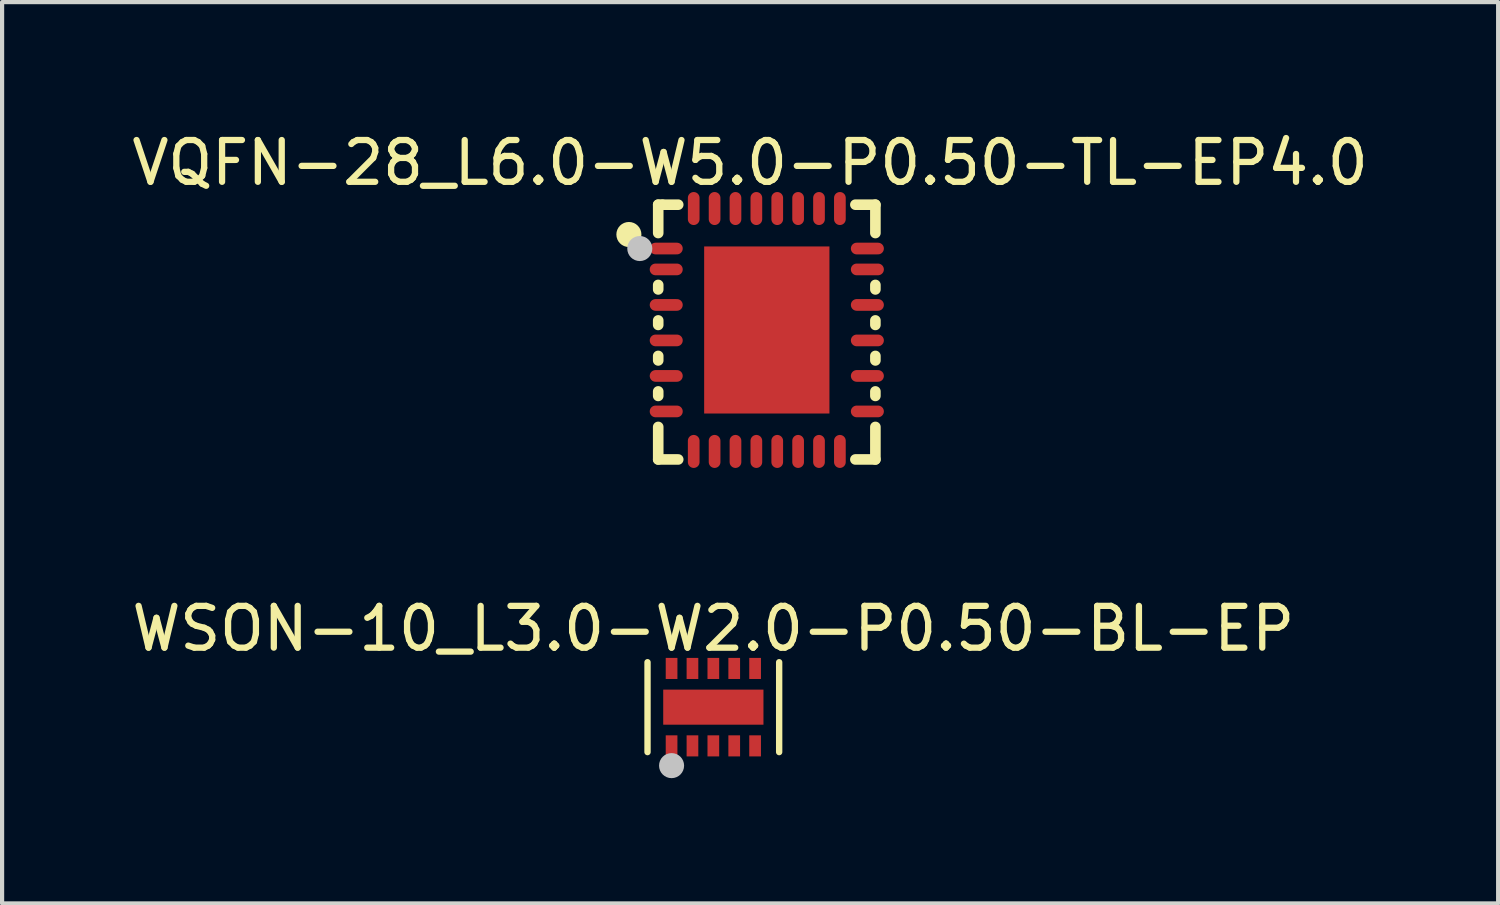
<source format=kicad_pcb>
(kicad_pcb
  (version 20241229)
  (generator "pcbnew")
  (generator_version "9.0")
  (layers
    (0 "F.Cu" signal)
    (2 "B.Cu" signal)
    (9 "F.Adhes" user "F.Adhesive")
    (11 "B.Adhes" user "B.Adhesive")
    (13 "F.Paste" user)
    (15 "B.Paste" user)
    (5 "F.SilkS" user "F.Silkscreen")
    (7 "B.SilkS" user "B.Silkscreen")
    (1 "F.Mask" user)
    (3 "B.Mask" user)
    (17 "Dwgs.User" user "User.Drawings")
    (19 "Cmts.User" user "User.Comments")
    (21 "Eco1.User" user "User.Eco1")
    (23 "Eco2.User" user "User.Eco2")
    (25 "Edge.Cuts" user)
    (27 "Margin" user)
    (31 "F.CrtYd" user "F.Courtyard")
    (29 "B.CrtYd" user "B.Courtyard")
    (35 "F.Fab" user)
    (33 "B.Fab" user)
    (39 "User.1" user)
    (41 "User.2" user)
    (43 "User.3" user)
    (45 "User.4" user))
  (footprint "VQFN-28_L6.0-W5.0-P0.50-TL-EP4.0"
    (layer "F.Cu")
    (at 15.31 4.851)
    (property "Reference" "VQFN-28_L6.0-W5.0-P0.50-TL-EP4.0" (at -0.4 -4.003 0) (layer "F.SilkS") (effects (font (size 1 1) (thickness 0.15))))
    (fp_line (start -2.6 -3) (end -2.5 -3) (stroke (width 0.254) (type default)) (layer "F.SilkS"))
    (fp_line (start -2.6 -2.321) (end -2.6 -3) (stroke (width 0.254) (type default)) (layer "F.SilkS"))
    (fp_line (start -2.6 -0.971) (end -2.6 -1.079) (stroke (width 0.254) (type default)) (layer "F.SilkS"))
    (fp_line (start -2.6 -0.121) (end -2.6 -0.229) (stroke (width 0.254) (type default)) (layer "F.SilkS"))
    (fp_line (start -2.6 0.729) (end -2.6 0.621) (stroke (width 0.254) (type default)) (layer "F.SilkS"))
    (fp_line (start -2.6 1.579) (end -2.6 1.471) (stroke (width 0.254) (type default)) (layer "F.SilkS"))
    (fp_line (start -2.6 3.1) (end -2.6 2.321) (stroke (width 0.254) (type default)) (layer "F.SilkS"))
    (fp_line (start -2.5 -3) (end -2.121 -3) (stroke (width 0.254) (type default)) (layer "F.SilkS"))
    (fp_line (start -2.121 3.1) (end -2.6 3.1) (stroke (width 0.254) (type default)) (layer "F.SilkS"))
    (fp_line (start 2.121 -3) (end 2.6 -3) (stroke (width 0.254) (type default)) (layer "F.SilkS"))
    (fp_line (start 2.6 -3) (end 2.6 -2.321) (stroke (width 0.254) (type default)) (layer "F.SilkS"))
    (fp_line (start 2.6 -1.079) (end 2.6 -0.971) (stroke (width 0.254) (type default)) (layer "F.SilkS"))
    (fp_line (start 2.6 -0.229) (end 2.6 -0.121) (stroke (width 0.254) (type default)) (layer "F.SilkS"))
    (fp_line (start 2.6 0.621) (end 2.6 0.729) (stroke (width 0.254) (type default)) (layer "F.SilkS"))
    (fp_line (start 2.6 1.471) (end 2.6 1.579) (stroke (width 0.254) (type default)) (layer "F.SilkS"))
    (fp_line (start 2.6 2.321) (end 2.6 3.1) (stroke (width 0.254) (type default)) (layer "F.SilkS"))
    (fp_line (start 2.6 3.1) (end 2.121 3.1) (stroke (width 0.254) (type default)) (layer "F.SilkS"))
    (fp_circle (center -3.302 -2.286) (end -3.152 -2.286) (stroke (width 0.3) (type default)) (fill no) (layer "F.SilkS"))
    (fp_circle (center -3.041 -1.95) (end -2.891 -1.95) (stroke (width 0.3) (type default)) (fill no) (layer "Dwgs.User"))
    (fp_poly (pts (xy -2.5 -1.825) (xy -2.1 -1.825) (xy -2.1 -2.075) (xy -2.5 -2.075)) (stroke (width 0.1) (type default)) (fill no) (layer "User.1"))
    (fp_poly (pts (xy -2.5 -1.325) (xy -2.1 -1.325) (xy -2.1 -1.575) (xy -2.5 -1.575)) (stroke (width 0.1) (type default)) (fill no) (layer "User.1"))
    (fp_poly (pts (xy -2.5 -0.475) (xy -2.1 -0.475) (xy -2.1 -0.725) (xy -2.5 -0.725)) (stroke (width 0.1) (type default)) (fill no) (layer "User.1"))
    (fp_poly (pts (xy -2.5 0.375) (xy -2.1 0.375) (xy -2.1 0.125) (xy -2.5 0.125)) (stroke (width 0.1) (type default)) (fill no) (layer "User.1"))
    (fp_poly (pts (xy -2.5 1.225) (xy -2.1 1.225) (xy -2.1 0.975) (xy -2.5 0.975)) (stroke (width 0.1) (type default)) (fill no) (layer "User.1"))
    (fp_poly (pts (xy -2.5 2.075) (xy -2.1 2.075) (xy -2.1 1.825) (xy -2.5 1.825)) (stroke (width 0.1) (type default)) (fill no) (layer "User.1"))
    (fp_poly (pts (xy -1.875 -3) (xy -1.625 -3) (xy -1.625 -2.6) (xy -1.875 -2.6)) (stroke (width 0.1) (type default)) (fill no) (layer "User.1"))
    (fp_poly (pts (xy -1.875 3) (xy -1.625 3) (xy -1.625 2.6) (xy -1.875 2.6)) (stroke (width 0.1) (type default)) (fill no) (layer "User.1"))
    (fp_poly (pts (xy -1.375 -3) (xy -1.125 -3) (xy -1.125 -2.6) (xy -1.375 -2.6)) (stroke (width 0.1) (type default)) (fill no) (layer "User.1"))
    (fp_poly (pts (xy -1.375 3) (xy -1.125 3) (xy -1.125 2.6) (xy -1.375 2.6)) (stroke (width 0.1) (type default)) (fill no) (layer "User.1"))
    (fp_poly (pts (xy -0.875 -3) (xy -0.625 -3) (xy -0.625 -2.6) (xy -0.875 -2.6)) (stroke (width 0.1) (type default)) (fill no) (layer "User.1"))
    (fp_poly (pts (xy -0.875 3) (xy -0.625 3) (xy -0.625 2.6) (xy -0.875 2.6)) (stroke (width 0.1) (type default)) (fill no) (layer "User.1"))
    (fp_poly (pts (xy -0.375 -3) (xy -0.125 -3) (xy -0.125 -2.6) (xy -0.375 -2.6)) (stroke (width 0.1) (type default)) (fill no) (layer "User.1"))
    (fp_poly (pts (xy -0.375 3) (xy -0.125 3) (xy -0.125 2.6) (xy -0.375 2.6)) (stroke (width 0.1) (type default)) (fill no) (layer "User.1"))
    (fp_poly (pts (xy 0.125 -3) (xy 0.375 -3) (xy 0.375 -2.6) (xy 0.125 -2.6)) (stroke (width 0.1) (type default)) (fill no) (layer "User.1"))
    (fp_poly (pts (xy 0.125 3) (xy 0.375 3) (xy 0.375 2.6) (xy 0.125 2.6)) (stroke (width 0.1) (type default)) (fill no) (layer "User.1"))
    (fp_poly (pts (xy 0.625 -3) (xy 0.875 -3) (xy 0.875 -2.6) (xy 0.625 -2.6)) (stroke (width 0.1) (type default)) (fill no) (layer "User.1"))
    (fp_poly (pts (xy 0.625 3) (xy 0.875 3) (xy 0.875 2.6) (xy 0.625 2.6)) (stroke (width 0.1) (type default)) (fill no) (layer "User.1"))
    (fp_poly (pts (xy 1.125 -3) (xy 1.375 -3) (xy 1.375 -2.6) (xy 1.125 -2.6)) (stroke (width 0.1) (type default)) (fill no) (layer "User.1"))
    (fp_poly (pts (xy 1.125 3) (xy 1.375 3) (xy 1.375 2.6) (xy 1.125 2.6)) (stroke (width 0.1) (type default)) (fill no) (layer "User.1"))
    (fp_poly (pts (xy 1.625 -3) (xy 1.875 -3) (xy 1.875 -2.6) (xy 1.625 -2.6)) (stroke (width 0.1) (type default)) (fill no) (layer "User.1"))
    (fp_poly (pts (xy 1.625 3) (xy 1.875 3) (xy 1.875 2.6) (xy 1.625 2.6)) (stroke (width 0.1) (type default)) (fill no) (layer "User.1"))
    (fp_poly (pts (xy 2.5 -2.075) (xy 2.1 -2.075) (xy 2.1 -1.825) (xy 2.5 -1.825)) (stroke (width 0.1) (type default)) (fill no) (layer "User.1"))
    (fp_poly (pts (xy 2.5 -1.575) (xy 2.1 -1.575) (xy 2.1 -1.325) (xy 2.5 -1.325)) (stroke (width 0.1) (type default)) (fill no) (layer "User.1"))
    (fp_poly (pts (xy 2.5 -0.725) (xy 2.1 -0.725) (xy 2.1 -0.475) (xy 2.5 -0.475)) (stroke (width 0.1) (type default)) (fill no) (layer "User.1"))
    (fp_poly (pts (xy 2.5 0.125) (xy 2.1 0.125) (xy 2.1 0.375) (xy 2.5 0.375)) (stroke (width 0.1) (type default)) (fill no) (layer "User.1"))
    (fp_poly (pts (xy 2.5 0.975) (xy 2.1 0.975) (xy 2.1 1.225) (xy 2.5 1.225)) (stroke (width 0.1) (type default)) (fill no) (layer "User.1"))
    (fp_poly (pts (xy 2.5 1.825) (xy 2.1 1.825) (xy 2.1 2.075) (xy 2.5 2.075)) (stroke (width 0.1) (type default)) (fill no) (layer "User.1"))
    (fp_poly (pts (xy -1.2 -2) (xy 1.5 -2) (xy 1.5 2) (xy -1.5 2) (xy -1.5 -1.7)) (stroke (width 0.1) (type default)) (fill no) (layer "User.1"))
    (fp_line (start -2.5 -3) (end -2.5 3) (stroke (width 0.051) (type default)) (layer "User.2"))
    (fp_line (start -2.5 3) (end 2.5 3) (stroke (width 0.051) (type default)) (layer "User.2"))
    (fp_line (start 2.5 -3) (end -2.5 -3) (stroke (width 0.051) (type default)) (layer "User.2"))
    (fp_line (start 2.5 3) (end 2.5 -3) (stroke (width 0.051) (type default)) (layer "User.2"))
    (fp_poly (pts (xy -2.445 -3.023) (xy -2.477 -3.055) (xy -2.523 -3.055) (xy -2.555 -3.023) (xy -2.555 -2.977) (xy -2.523 -2.945) (xy -2.477 -2.945) (xy -2.445 -2.977)) (stroke (width 0.1) (type default)) (fill no) (layer "User.3"))
    (pad "1" smd oval (at -2.408 -1.95) (size 0.79 0.28) (layers "F.Cu" "F.Mask" "F.Paste"))
    (pad "2" smd oval (at -2.408 -1.45) (size 0.79 0.28) (layers "F.Cu" "F.Mask" "F.Paste"))
    (pad "3" smd oval (at -2.408 -0.6) (size 0.79 0.28) (layers "F.Cu" "F.Mask" "F.Paste"))
    (pad "4" smd oval (at -2.408 0.25) (size 0.79 0.28) (layers "F.Cu" "F.Mask" "F.Paste"))
    (pad "5" smd oval (at -2.408 1.1) (size 0.79 0.28) (layers "F.Cu" "F.Mask" "F.Paste"))
    (pad "6" smd oval (at -2.408 1.95) (size 0.79 0.28) (layers "F.Cu" "F.Mask" "F.Paste"))
    (pad "7" smd oval (at -1.75 2.908) (size 0.28 0.79) (layers "F.Cu" "F.Mask" "F.Paste"))
    (pad "8" smd oval (at -1.25 2.908) (size 0.28 0.79) (layers "F.Cu" "F.Mask" "F.Paste"))
    (pad "9" smd oval (at -0.75 2.908) (size 0.28 0.79) (layers "F.Cu" "F.Mask" "F.Paste"))
    (pad "10" smd oval (at -0.25 2.908) (size 0.28 0.79) (layers "F.Cu" "F.Mask" "F.Paste"))
    (pad "11" smd oval (at 0.25 2.908) (size 0.28 0.79) (layers "F.Cu" "F.Mask" "F.Paste"))
    (pad "12" smd oval (at 0.75 2.908) (size 0.28 0.79) (layers "F.Cu" "F.Mask" "F.Paste"))
    (pad "13" smd oval (at 1.25 2.908) (size 0.28 0.79) (layers "F.Cu" "F.Mask" "F.Paste"))
    (pad "14" smd oval (at 1.75 2.908) (size 0.28 0.79) (layers "F.Cu" "F.Mask" "F.Paste"))
    (pad "15" smd oval (at 2.408 1.95) (size 0.79 0.28) (layers "F.Cu" "F.Mask" "F.Paste"))
    (pad "16" smd oval (at 2.408 1.1) (size 0.79 0.28) (layers "F.Cu" "F.Mask" "F.Paste"))
    (pad "17" smd oval (at 2.408 0.25) (size 0.79 0.28) (layers "F.Cu" "F.Mask" "F.Paste"))
    (pad "18" smd oval (at 2.408 -0.6) (size 0.79 0.28) (layers "F.Cu" "F.Mask" "F.Paste"))
    (pad "19" smd oval (at 2.408 -1.45) (size 0.79 0.28) (layers "F.Cu" "F.Mask" "F.Paste"))
    (pad "20" smd oval (at 2.408 -1.95) (size 0.79 0.28) (layers "F.Cu" "F.Mask" "F.Paste"))
    (pad "21" smd oval (at 1.75 -2.908) (size 0.28 0.79) (layers "F.Cu" "F.Mask" "F.Paste"))
    (pad "22" smd oval (at 1.25 -2.908) (size 0.28 0.79) (layers "F.Cu" "F.Mask" "F.Paste"))
    (pad "23" smd oval (at 0.75 -2.908) (size 0.28 0.79) (layers "F.Cu" "F.Mask" "F.Paste"))
    (pad "24" smd oval (at 0.25 -2.908) (size 0.28 0.79) (layers "F.Cu" "F.Mask" "F.Paste"))
    (pad "25" smd oval (at -0.25 -2.908) (size 0.28 0.79) (layers "F.Cu" "F.Mask" "F.Paste"))
    (pad "26" smd oval (at -0.75 -2.908) (size 0.28 0.79) (layers "F.Cu" "F.Mask" "F.Paste"))
    (pad "27" smd oval (at -1.25 -2.908) (size 0.28 0.79) (layers "F.Cu" "F.Mask" "F.Paste"))
    (pad "28" smd oval (at -1.75 -2.908) (size 0.28 0.79) (layers "F.Cu" "F.Mask" "F.Paste"))
    (pad "29" smd rect (at 0 0) (size 3 4) (layers "F.Cu" "F.Mask" "F.Paste")))
  (footprint "WSON-10_L3.0-W2.0-P0.50-BL-EP"
    (layer "F.Cu")
    (at 14.03 13.882)
    (property "Reference" "WSON-10_L3.0-W2.0-P0.50-BL-EP" (at 0 -1.88 0) (layer "F.SilkS") (effects (font (size 1 1) (thickness 0.15))))
    (fp_line (start -1.576 1.076) (end -1.576 -1.076) (stroke (width 0.152) (type default)) (layer "F.SilkS"))
    (fp_line (start 1.576 -1.076) (end 1.576 1.076) (stroke (width 0.152) (type default)) (layer "F.SilkS"))
    (fp_circle (center -1 1.48) (end -0.9 1.48) (stroke (width 0.2) (type default)) (fill no) (layer "F.SilkS"))
    (fp_circle (center -1 1.4) (end -0.85 1.4) (stroke (width 0.3) (type default)) (fill no) (layer "Dwgs.User"))
    (fp_poly (pts (xy -1.125 -1) (xy -1.125 -0.7) (xy -0.875 -0.7) (xy -0.875 -1)) (stroke (width 0.1) (type default)) (fill no) (layer "User.1"))
    (fp_poly (pts (xy -1.125 1) (xy -1.125 0.7) (xy -0.875 0.7) (xy -0.875 1)) (stroke (width 0.1) (type default)) (fill no) (layer "User.1"))
    (fp_poly (pts (xy -0.625 -1) (xy -0.625 -0.7) (xy -0.375 -0.7) (xy -0.375 -1)) (stroke (width 0.1) (type default)) (fill no) (layer "User.1"))
    (fp_poly (pts (xy -0.625 1) (xy -0.625 0.7) (xy -0.375 0.7) (xy -0.375 1)) (stroke (width 0.1) (type default)) (fill no) (layer "User.1"))
    (fp_poly (pts (xy -0.125 -1) (xy -0.125 -0.7) (xy 0.125 -0.7) (xy 0.125 -1)) (stroke (width 0.1) (type default)) (fill no) (layer "User.1"))
    (fp_poly (pts (xy -0.125 1) (xy -0.125 0.7) (xy 0.125 0.7) (xy 0.125 1)) (stroke (width 0.1) (type default)) (fill no) (layer "User.1"))
    (fp_poly (pts (xy 0.375 -1) (xy 0.375 -0.7) (xy 0.625 -0.7) (xy 0.625 -1)) (stroke (width 0.1) (type default)) (fill no) (layer "User.1"))
    (fp_poly (pts (xy 0.375 1) (xy 0.375 0.7) (xy 0.625 0.7) (xy 0.625 1)) (stroke (width 0.1) (type default)) (fill no) (layer "User.1"))
    (fp_poly (pts (xy 0.875 -1) (xy 0.875 -0.7) (xy 1.125 -0.7) (xy 1.125 -1)) (stroke (width 0.1) (type default)) (fill no) (layer "User.1"))
    (fp_poly (pts (xy 0.875 1) (xy 0.875 0.7) (xy 1.125 0.7) (xy 1.125 1)) (stroke (width 0.1) (type default)) (fill no) (layer "User.1"))
    (fp_poly (pts (xy -1.2 0.252) (xy -1.2 -0.42) (xy 1.2 -0.42) (xy 1.2 0.42) (xy -1.032 0.42)) (stroke (width 0.1) (type default)) (fill no) (layer "User.1"))
    (fp_line (start -1.5 -1) (end 1.5 -1) (stroke (width 0.051) (type default)) (layer "User.2"))
    (fp_line (start -1.5 1) (end -1.5 -1) (stroke (width 0.051) (type default)) (layer "User.2"))
    (fp_line (start 1.5 -1) (end 1.5 1) (stroke (width 0.051) (type default)) (layer "User.2"))
    (fp_line (start 1.5 1) (end -1.5 1) (stroke (width 0.051) (type default)) (layer "User.2"))
    (fp_poly (pts (xy -1.445 0.977) (xy -1.477 0.945) (xy -1.523 0.945) (xy -1.555 0.977) (xy -1.555 1.023) (xy -1.523 1.055) (xy -1.477 1.055) (xy -1.445 1.023)) (stroke (width 0.1) (type default)) (fill no) (layer "User.3"))
    (pad "1" smd rect (at -1 0.927) (size 0.28 0.505) (layers "F.Cu" "F.Mask" "F.Paste"))
    (pad "2" smd rect (at -0.5 0.927) (size 0.28 0.505) (layers "F.Cu" "F.Mask" "F.Paste"))
    (pad "3" smd rect (at 0 0.927) (size 0.28 0.505) (layers "F.Cu" "F.Mask" "F.Paste"))
    (pad "4" smd rect (at 0.5 0.927) (size 0.28 0.505) (layers "F.Cu" "F.Mask" "F.Paste"))
    (pad "5" smd rect (at 1 0.927) (size 0.28 0.505) (layers "F.Cu" "F.Mask" "F.Paste"))
    (pad "6" smd rect (at 1 -0.927) (size 0.28 0.505) (layers "F.Cu" "F.Mask" "F.Paste"))
    (pad "7" smd rect (at 0.5 -0.927) (size 0.28 0.505) (layers "F.Cu" "F.Mask" "F.Paste"))
    (pad "8" smd rect (at 0 -0.927) (size 0.28 0.505) (layers "F.Cu" "F.Mask" "F.Paste"))
    (pad "9" smd rect (at -0.5 -0.927) (size 0.28 0.505) (layers "F.Cu" "F.Mask" "F.Paste"))
    (pad "10" smd rect (at -1 -0.927) (size 0.28 0.505) (layers "F.Cu" "F.Mask" "F.Paste"))
    (pad "11" smd rect (at 0 0) (size 2.4 0.84) (layers "F.Cu" "F.Mask" "F.Paste")))
  (gr_rect
    (start -3 -3)
    (end 32.821 18.581)
    (stroke (width 0.1) (type default))
    (fill no)
    (layer "Edge.Cuts")))
</source>
